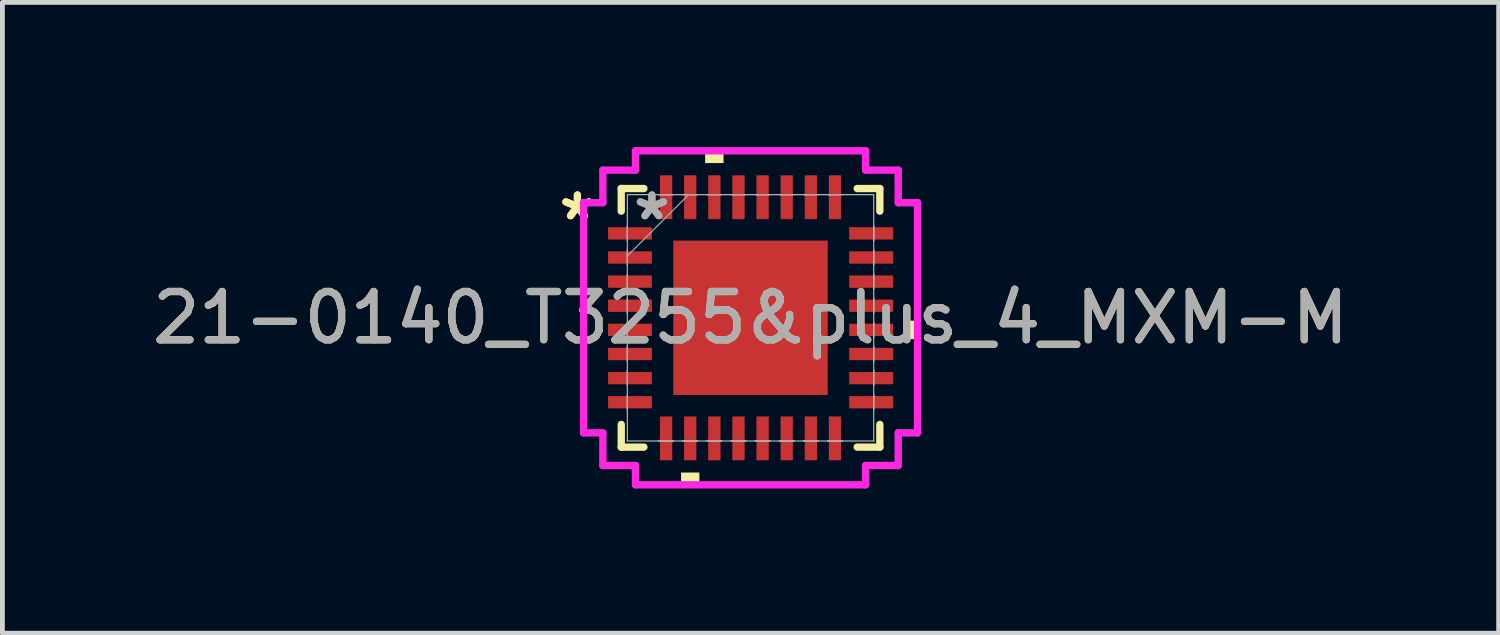
<source format=kicad_pcb>
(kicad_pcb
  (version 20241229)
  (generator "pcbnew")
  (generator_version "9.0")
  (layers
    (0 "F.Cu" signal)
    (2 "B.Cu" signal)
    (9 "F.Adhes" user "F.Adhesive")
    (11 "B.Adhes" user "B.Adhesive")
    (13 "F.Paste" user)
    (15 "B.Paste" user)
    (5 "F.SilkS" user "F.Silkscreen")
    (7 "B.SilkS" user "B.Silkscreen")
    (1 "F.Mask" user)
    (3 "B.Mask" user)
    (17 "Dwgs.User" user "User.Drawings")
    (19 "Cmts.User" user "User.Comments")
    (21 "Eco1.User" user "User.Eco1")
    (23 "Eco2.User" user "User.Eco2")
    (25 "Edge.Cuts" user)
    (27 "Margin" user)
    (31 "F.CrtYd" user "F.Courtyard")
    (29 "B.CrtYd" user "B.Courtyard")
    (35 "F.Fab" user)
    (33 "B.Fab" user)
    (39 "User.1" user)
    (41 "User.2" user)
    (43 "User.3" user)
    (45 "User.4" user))
  (footprint "21-0140_T3255&plus_4_MXM-M"
    (layer "F.Cu")
    (at 12.506 3.537)
    (property "Reference" "21-0140_T3255&plus_4_MXM-M" (at 0 0 0) (unlocked yes) (layer "F.SilkS") (effects (font (size 1 1) (thickness 0.15))))
    (attr smd)
    (fp_line (start -2.68 -2.68) (end -2.68 -2.21) (stroke (width 0.152) (type solid)) (layer "F.SilkS"))
    (fp_line (start -2.68 2.21) (end -2.68 2.68) (stroke (width 0.152) (type solid)) (layer "F.SilkS"))
    (fp_line (start -2.68 2.68) (end -2.21 2.68) (stroke (width 0.152) (type solid)) (layer "F.SilkS"))
    (fp_line (start -2.21 -2.68) (end -2.68 -2.68) (stroke (width 0.152) (type solid)) (layer "F.SilkS"))
    (fp_line (start 2.21 2.68) (end 2.68 2.68) (stroke (width 0.152) (type solid)) (layer "F.SilkS"))
    (fp_line (start 2.68 -2.68) (end 2.21 -2.68) (stroke (width 0.152) (type solid)) (layer "F.SilkS"))
    (fp_line (start 2.68 -2.21) (end 2.68 -2.68) (stroke (width 0.152) (type solid)) (layer "F.SilkS"))
    (fp_line (start 2.68 2.68) (end 2.68 2.21) (stroke (width 0.152) (type solid)) (layer "F.SilkS"))
    (fp_poly (pts (xy -1.44 3.207) (xy -1.44 3.461) (xy -1.06 3.461) (xy -1.06 3.207)) (stroke (width 0) (type solid)) (fill yes) (layer "F.SilkS"))
    (fp_poly (pts (xy -0.941 -3.207) (xy -0.941 -3.461) (xy -0.56 -3.461) (xy -0.56 -3.207)) (stroke (width 0) (type solid)) (fill yes) (layer "F.SilkS"))
    (fp_poly (pts (xy 3.461 0.059) (xy 3.461 0.441) (xy 3.207 0.441) (xy 3.207 0.059)) (stroke (width 0) (type solid)) (fill yes) (layer "F.SilkS"))
    (fp_poly (pts (xy -1.5 -1.5) (xy -1.5 -0.1) (xy -0.1 -0.1) (xy -0.1 -1.5)) (stroke (width 0) (type solid)) (fill yes) (layer "F.Paste"))
    (fp_poly (pts (xy -1.5 0.1) (xy -1.5 1.5) (xy -0.1 1.5) (xy -0.1 0.1)) (stroke (width 0) (type solid)) (fill yes) (layer "F.Paste"))
    (fp_poly (pts (xy 0.1 -1.5) (xy 0.1 -0.1) (xy 1.5 -0.1) (xy 1.5 -1.5)) (stroke (width 0) (type solid)) (fill yes) (layer "F.Paste"))
    (fp_poly (pts (xy 0.1 0.1) (xy 0.1 1.5) (xy 1.5 1.5) (xy 1.5 0.1)) (stroke (width 0) (type solid)) (fill yes) (layer "F.Paste"))
    (fp_line (start -3.461 -2.385) (end -3.061 -2.385) (stroke (width 0.152) (type solid)) (layer "F.CrtYd"))
    (fp_line (start -3.461 2.385) (end -3.461 -2.385) (stroke (width 0.152) (type solid)) (layer "F.CrtYd"))
    (fp_line (start -3.061 -3.061) (end -2.385 -3.061) (stroke (width 0.152) (type solid)) (layer "F.CrtYd"))
    (fp_line (start -3.061 -2.385) (end -3.061 -3.061) (stroke (width 0.152) (type solid)) (layer "F.CrtYd"))
    (fp_line (start -3.061 2.385) (end -3.461 2.385) (stroke (width 0.152) (type solid)) (layer "F.CrtYd"))
    (fp_line (start -3.061 3.061) (end -3.061 2.385) (stroke (width 0.152) (type solid)) (layer "F.CrtYd"))
    (fp_line (start -2.385 -3.461) (end 2.385 -3.461) (stroke (width 0.152) (type solid)) (layer "F.CrtYd"))
    (fp_line (start -2.385 -3.061) (end -2.385 -3.461) (stroke (width 0.152) (type solid)) (layer "F.CrtYd"))
    (fp_line (start -2.385 3.061) (end -3.061 3.061) (stroke (width 0.152) (type solid)) (layer "F.CrtYd"))
    (fp_line (start -2.385 3.461) (end -2.385 3.061) (stroke (width 0.152) (type solid)) (layer "F.CrtYd"))
    (fp_line (start 2.385 -3.461) (end 2.385 -3.061) (stroke (width 0.152) (type solid)) (layer "F.CrtYd"))
    (fp_line (start 2.385 -3.061) (end 3.061 -3.061) (stroke (width 0.152) (type solid)) (layer "F.CrtYd"))
    (fp_line (start 2.385 3.061) (end 2.385 3.461) (stroke (width 0.152) (type solid)) (layer "F.CrtYd"))
    (fp_line (start 2.385 3.461) (end -2.385 3.461) (stroke (width 0.152) (type solid)) (layer "F.CrtYd"))
    (fp_line (start 3.061 -3.061) (end 3.061 -2.385) (stroke (width 0.152) (type solid)) (layer "F.CrtYd"))
    (fp_line (start 3.061 -2.385) (end 3.461 -2.385) (stroke (width 0.152) (type solid)) (layer "F.CrtYd"))
    (fp_line (start 3.061 2.385) (end 3.061 3.061) (stroke (width 0.152) (type solid)) (layer "F.CrtYd"))
    (fp_line (start 3.061 3.061) (end 2.385 3.061) (stroke (width 0.152) (type solid)) (layer "F.CrtYd"))
    (fp_line (start 3.461 -2.385) (end 3.461 2.385) (stroke (width 0.152) (type solid)) (layer "F.CrtYd"))
    (fp_line (start 3.461 2.385) (end 3.061 2.385) (stroke (width 0.152) (type solid)) (layer "F.CrtYd"))
    (fp_line (start -2.553 -2.553) (end -2.553 -2.553) (stroke (width 0.025) (type solid)) (layer "F.Fab"))
    (fp_line (start -2.553 -2.553) (end -2.553 2.553) (stroke (width 0.025) (type solid)) (layer "F.Fab"))
    (fp_line (start -2.553 -1.902) (end -2.553 -1.902) (stroke (width 0.025) (type solid)) (layer "F.Fab"))
    (fp_line (start -2.553 -1.902) (end -2.553 -1.598) (stroke (width 0.025) (type solid)) (layer "F.Fab"))
    (fp_line (start -2.553 -1.598) (end -2.553 -1.902) (stroke (width 0.025) (type solid)) (layer "F.Fab"))
    (fp_line (start -2.553 -1.598) (end -2.553 -1.598) (stroke (width 0.025) (type solid)) (layer "F.Fab"))
    (fp_line (start -2.553 -1.402) (end -2.553 -1.402) (stroke (width 0.025) (type solid)) (layer "F.Fab"))
    (fp_line (start -2.553 -1.402) (end -2.553 -1.098) (stroke (width 0.025) (type solid)) (layer "F.Fab"))
    (fp_line (start -2.553 -1.283) (end -1.283 -2.553) (stroke (width 0.025) (type solid)) (layer "F.Fab"))
    (fp_line (start -2.553 -1.098) (end -2.553 -1.402) (stroke (width 0.025) (type solid)) (layer "F.Fab"))
    (fp_line (start -2.553 -1.098) (end -2.553 -1.098) (stroke (width 0.025) (type solid)) (layer "F.Fab"))
    (fp_line (start -2.553 -0.902) (end -2.553 -0.902) (stroke (width 0.025) (type solid)) (layer "F.Fab"))
    (fp_line (start -2.553 -0.902) (end -2.553 -0.598) (stroke (width 0.025) (type solid)) (layer "F.Fab"))
    (fp_line (start -2.553 -0.598) (end -2.553 -0.902) (stroke (width 0.025) (type solid)) (layer "F.Fab"))
    (fp_line (start -2.553 -0.598) (end -2.553 -0.598) (stroke (width 0.025) (type solid)) (layer "F.Fab"))
    (fp_line (start -2.553 -0.402) (end -2.553 -0.402) (stroke (width 0.025) (type solid)) (layer "F.Fab"))
    (fp_line (start -2.553 -0.402) (end -2.553 -0.098) (stroke (width 0.025) (type solid)) (layer "F.Fab"))
    (fp_line (start -2.553 -0.098) (end -2.553 -0.402) (stroke (width 0.025) (type solid)) (layer "F.Fab"))
    (fp_line (start -2.553 -0.098) (end -2.553 -0.098) (stroke (width 0.025) (type solid)) (layer "F.Fab"))
    (fp_line (start -2.553 0.098) (end -2.553 0.098) (stroke (width 0.025) (type solid)) (layer "F.Fab"))
    (fp_line (start -2.553 0.098) (end -2.553 0.402) (stroke (width 0.025) (type solid)) (layer "F.Fab"))
    (fp_line (start -2.553 0.402) (end -2.553 0.098) (stroke (width 0.025) (type solid)) (layer "F.Fab"))
    (fp_line (start -2.553 0.402) (end -2.553 0.402) (stroke (width 0.025) (type solid)) (layer "F.Fab"))
    (fp_line (start -2.553 0.598) (end -2.553 0.598) (stroke (width 0.025) (type solid)) (layer "F.Fab"))
    (fp_line (start -2.553 0.598) (end -2.553 0.902) (stroke (width 0.025) (type solid)) (layer "F.Fab"))
    (fp_line (start -2.553 0.902) (end -2.553 0.598) (stroke (width 0.025) (type solid)) (layer "F.Fab"))
    (fp_line (start -2.553 0.902) (end -2.553 0.902) (stroke (width 0.025) (type solid)) (layer "F.Fab"))
    (fp_line (start -2.553 1.098) (end -2.553 1.098) (stroke (width 0.025) (type solid)) (layer "F.Fab"))
    (fp_line (start -2.553 1.098) (end -2.553 1.402) (stroke (width 0.025) (type solid)) (layer "F.Fab"))
    (fp_line (start -2.553 1.402) (end -2.553 1.098) (stroke (width 0.025) (type solid)) (layer "F.Fab"))
    (fp_line (start -2.553 1.402) (end -2.553 1.402) (stroke (width 0.025) (type solid)) (layer "F.Fab"))
    (fp_line (start -2.553 1.598) (end -2.553 1.598) (stroke (width 0.025) (type solid)) (layer "F.Fab"))
    (fp_line (start -2.553 1.598) (end -2.553 1.902) (stroke (width 0.025) (type solid)) (layer "F.Fab"))
    (fp_line (start -2.553 1.902) (end -2.553 1.598) (stroke (width 0.025) (type solid)) (layer "F.Fab"))
    (fp_line (start -2.553 1.902) (end -2.553 1.902) (stroke (width 0.025) (type solid)) (layer "F.Fab"))
    (fp_line (start -2.553 2.553) (end -2.553 2.553) (stroke (width 0.025) (type solid)) (layer "F.Fab"))
    (fp_line (start -2.553 2.553) (end 2.553 2.553) (stroke (width 0.025) (type solid)) (layer "F.Fab"))
    (fp_line (start -1.902 -2.553) (end -1.902 -2.553) (stroke (width 0.025) (type solid)) (layer "F.Fab"))
    (fp_line (start -1.902 -2.553) (end -1.598 -2.553) (stroke (width 0.025) (type solid)) (layer "F.Fab"))
    (fp_line (start -1.902 2.553) (end -1.902 2.553) (stroke (width 0.025) (type solid)) (layer "F.Fab"))
    (fp_line (start -1.902 2.553) (end -1.598 2.553) (stroke (width 0.025) (type solid)) (layer "F.Fab"))
    (fp_line (start -1.598 -2.553) (end -1.902 -2.553) (stroke (width 0.025) (type solid)) (layer "F.Fab"))
    (fp_line (start -1.598 -2.553) (end -1.598 -2.553) (stroke (width 0.025) (type solid)) (layer "F.Fab"))
    (fp_line (start -1.598 2.553) (end -1.902 2.553) (stroke (width 0.025) (type solid)) (layer "F.Fab"))
    (fp_line (start -1.598 2.553) (end -1.598 2.553) (stroke (width 0.025) (type solid)) (layer "F.Fab"))
    (fp_line (start -1.402 -2.553) (end -1.402 -2.553) (stroke (width 0.025) (type solid)) (layer "F.Fab"))
    (fp_line (start -1.402 -2.553) (end -1.098 -2.553) (stroke (width 0.025) (type solid)) (layer "F.Fab"))
    (fp_line (start -1.402 2.553) (end -1.402 2.553) (stroke (width 0.025) (type solid)) (layer "F.Fab"))
    (fp_line (start -1.402 2.553) (end -1.098 2.553) (stroke (width 0.025) (type solid)) (layer "F.Fab"))
    (fp_line (start -1.098 -2.553) (end -1.402 -2.553) (stroke (width 0.025) (type solid)) (layer "F.Fab"))
    (fp_line (start -1.098 -2.553) (end -1.098 -2.553) (stroke (width 0.025) (type solid)) (layer "F.Fab"))
    (fp_line (start -1.098 2.553) (end -1.402 2.553) (stroke (width 0.025) (type solid)) (layer "F.Fab"))
    (fp_line (start -1.098 2.553) (end -1.098 2.553) (stroke (width 0.025) (type solid)) (layer "F.Fab"))
    (fp_line (start -0.902 -2.553) (end -0.902 -2.553) (stroke (width 0.025) (type solid)) (layer "F.Fab"))
    (fp_line (start -0.902 -2.553) (end -0.598 -2.553) (stroke (width 0.025) (type solid)) (layer "F.Fab"))
    (fp_line (start -0.902 2.553) (end -0.902 2.553) (stroke (width 0.025) (type solid)) (layer "F.Fab"))
    (fp_line (start -0.902 2.553) (end -0.598 2.553) (stroke (width 0.025) (type solid)) (layer "F.Fab"))
    (fp_line (start -0.598 -2.553) (end -0.902 -2.553) (stroke (width 0.025) (type solid)) (layer "F.Fab"))
    (fp_line (start -0.598 -2.553) (end -0.598 -2.553) (stroke (width 0.025) (type solid)) (layer "F.Fab"))
    (fp_line (start -0.598 2.553) (end -0.902 2.553) (stroke (width 0.025) (type solid)) (layer "F.Fab"))
    (fp_line (start -0.598 2.553) (end -0.598 2.553) (stroke (width 0.025) (type solid)) (layer "F.Fab"))
    (fp_line (start -0.402 -2.553) (end -0.402 -2.553) (stroke (width 0.025) (type solid)) (layer "F.Fab"))
    (fp_line (start -0.402 -2.553) (end -0.098 -2.553) (stroke (width 0.025) (type solid)) (layer "F.Fab"))
    (fp_line (start -0.402 2.553) (end -0.402 2.553) (stroke (width 0.025) (type solid)) (layer "F.Fab"))
    (fp_line (start -0.402 2.553) (end -0.098 2.553) (stroke (width 0.025) (type solid)) (layer "F.Fab"))
    (fp_line (start -0.098 -2.553) (end -0.402 -2.553) (stroke (width 0.025) (type solid)) (layer "F.Fab"))
    (fp_line (start -0.098 -2.553) (end -0.098 -2.553) (stroke (width 0.025) (type solid)) (layer "F.Fab"))
    (fp_line (start -0.098 2.553) (end -0.402 2.553) (stroke (width 0.025) (type solid)) (layer "F.Fab"))
    (fp_line (start -0.098 2.553) (end -0.098 2.553) (stroke (width 0.025) (type solid)) (layer "F.Fab"))
    (fp_line (start 0.098 -2.553) (end 0.098 -2.553) (stroke (width 0.025) (type solid)) (layer "F.Fab"))
    (fp_line (start 0.098 -2.553) (end 0.402 -2.553) (stroke (width 0.025) (type solid)) (layer "F.Fab"))
    (fp_line (start 0.098 2.553) (end 0.098 2.553) (stroke (width 0.025) (type solid)) (layer "F.Fab"))
    (fp_line (start 0.098 2.553) (end 0.402 2.553) (stroke (width 0.025) (type solid)) (layer "F.Fab"))
    (fp_line (start 0.402 -2.553) (end 0.098 -2.553) (stroke (width 0.025) (type solid)) (layer "F.Fab"))
    (fp_line (start 0.402 -2.553) (end 0.402 -2.553) (stroke (width 0.025) (type solid)) (layer "F.Fab"))
    (fp_line (start 0.402 2.553) (end 0.098 2.553) (stroke (width 0.025) (type solid)) (layer "F.Fab"))
    (fp_line (start 0.402 2.553) (end 0.402 2.553) (stroke (width 0.025) (type solid)) (layer "F.Fab"))
    (fp_line (start 0.598 -2.553) (end 0.598 -2.553) (stroke (width 0.025) (type solid)) (layer "F.Fab"))
    (fp_line (start 0.598 -2.553) (end 0.902 -2.553) (stroke (width 0.025) (type solid)) (layer "F.Fab"))
    (fp_line (start 0.598 2.553) (end 0.598 2.553) (stroke (width 0.025) (type solid)) (layer "F.Fab"))
    (fp_line (start 0.598 2.553) (end 0.902 2.553) (stroke (width 0.025) (type solid)) (layer "F.Fab"))
    (fp_line (start 0.902 -2.553) (end 0.598 -2.553) (stroke (width 0.025) (type solid)) (layer "F.Fab"))
    (fp_line (start 0.902 -2.553) (end 0.902 -2.553) (stroke (width 0.025) (type solid)) (layer "F.Fab"))
    (fp_line (start 0.902 2.553) (end 0.598 2.553) (stroke (width 0.025) (type solid)) (layer "F.Fab"))
    (fp_line (start 0.902 2.553) (end 0.902 2.553) (stroke (width 0.025) (type solid)) (layer "F.Fab"))
    (fp_line (start 1.098 -2.553) (end 1.098 -2.553) (stroke (width 0.025) (type solid)) (layer "F.Fab"))
    (fp_line (start 1.098 -2.553) (end 1.402 -2.553) (stroke (width 0.025) (type solid)) (layer "F.Fab"))
    (fp_line (start 1.098 2.553) (end 1.098 2.553) (stroke (width 0.025) (type solid)) (layer "F.Fab"))
    (fp_line (start 1.098 2.553) (end 1.402 2.553) (stroke (width 0.025) (type solid)) (layer "F.Fab"))
    (fp_line (start 1.402 -2.553) (end 1.098 -2.553) (stroke (width 0.025) (type solid)) (layer "F.Fab"))
    (fp_line (start 1.402 -2.553) (end 1.402 -2.553) (stroke (width 0.025) (type solid)) (layer "F.Fab"))
    (fp_line (start 1.402 2.553) (end 1.098 2.553) (stroke (width 0.025) (type solid)) (layer "F.Fab"))
    (fp_line (start 1.402 2.553) (end 1.402 2.553) (stroke (width 0.025) (type solid)) (layer "F.Fab"))
    (fp_line (start 1.598 -2.553) (end 1.598 -2.553) (stroke (width 0.025) (type solid)) (layer "F.Fab"))
    (fp_line (start 1.598 -2.553) (end 1.902 -2.553) (stroke (width 0.025) (type solid)) (layer "F.Fab"))
    (fp_line (start 1.598 2.553) (end 1.598 2.553) (stroke (width 0.025) (type solid)) (layer "F.Fab"))
    (fp_line (start 1.598 2.553) (end 1.902 2.553) (stroke (width 0.025) (type solid)) (layer "F.Fab"))
    (fp_line (start 1.902 -2.553) (end 1.598 -2.553) (stroke (width 0.025) (type solid)) (layer "F.Fab"))
    (fp_line (start 1.902 -2.553) (end 1.902 -2.553) (stroke (width 0.025) (type solid)) (layer "F.Fab"))
    (fp_line (start 1.902 2.553) (end 1.598 2.553) (stroke (width 0.025) (type solid)) (layer "F.Fab"))
    (fp_line (start 1.902 2.553) (end 1.902 2.553) (stroke (width 0.025) (type solid)) (layer "F.Fab"))
    (fp_line (start 2.553 -2.553) (end -2.553 -2.553) (stroke (width 0.025) (type solid)) (layer "F.Fab"))
    (fp_line (start 2.553 -2.553) (end 2.553 -2.553) (stroke (width 0.025) (type solid)) (layer "F.Fab"))
    (fp_line (start 2.553 -1.902) (end 2.553 -1.902) (stroke (width 0.025) (type solid)) (layer "F.Fab"))
    (fp_line (start 2.553 -1.902) (end 2.553 -1.598) (stroke (width 0.025) (type solid)) (layer "F.Fab"))
    (fp_line (start 2.553 -1.598) (end 2.553 -1.902) (stroke (width 0.025) (type solid)) (layer "F.Fab"))
    (fp_line (start 2.553 -1.598) (end 2.553 -1.598) (stroke (width 0.025) (type solid)) (layer "F.Fab"))
    (fp_line (start 2.553 -1.402) (end 2.553 -1.402) (stroke (width 0.025) (type solid)) (layer "F.Fab"))
    (fp_line (start 2.553 -1.402) (end 2.553 -1.098) (stroke (width 0.025) (type solid)) (layer "F.Fab"))
    (fp_line (start 2.553 -1.098) (end 2.553 -1.402) (stroke (width 0.025) (type solid)) (layer "F.Fab"))
    (fp_line (start 2.553 -1.098) (end 2.553 -1.098) (stroke (width 0.025) (type solid)) (layer "F.Fab"))
    (fp_line (start 2.553 -0.902) (end 2.553 -0.902) (stroke (width 0.025) (type solid)) (layer "F.Fab"))
    (fp_line (start 2.553 -0.902) (end 2.553 -0.598) (stroke (width 0.025) (type solid)) (layer "F.Fab"))
    (fp_line (start 2.553 -0.598) (end 2.553 -0.902) (stroke (width 0.025) (type solid)) (layer "F.Fab"))
    (fp_line (start 2.553 -0.598) (end 2.553 -0.598) (stroke (width 0.025) (type solid)) (layer "F.Fab"))
    (fp_line (start 2.553 -0.402) (end 2.553 -0.402) (stroke (width 0.025) (type solid)) (layer "F.Fab"))
    (fp_line (start 2.553 -0.402) (end 2.553 -0.098) (stroke (width 0.025) (type solid)) (layer "F.Fab"))
    (fp_line (start 2.553 -0.098) (end 2.553 -0.402) (stroke (width 0.025) (type solid)) (layer "F.Fab"))
    (fp_line (start 2.553 -0.098) (end 2.553 -0.098) (stroke (width 0.025) (type solid)) (layer "F.Fab"))
    (fp_line (start 2.553 0.098) (end 2.553 0.098) (stroke (width 0.025) (type solid)) (layer "F.Fab"))
    (fp_line (start 2.553 0.098) (end 2.553 0.402) (stroke (width 0.025) (type solid)) (layer "F.Fab"))
    (fp_line (start 2.553 0.402) (end 2.553 0.098) (stroke (width 0.025) (type solid)) (layer "F.Fab"))
    (fp_line (start 2.553 0.402) (end 2.553 0.402) (stroke (width 0.025) (type solid)) (layer "F.Fab"))
    (fp_line (start 2.553 0.598) (end 2.553 0.598) (stroke (width 0.025) (type solid)) (layer "F.Fab"))
    (fp_line (start 2.553 0.598) (end 2.553 0.902) (stroke (width 0.025) (type solid)) (layer "F.Fab"))
    (fp_line (start 2.553 0.902) (end 2.553 0.598) (stroke (width 0.025) (type solid)) (layer "F.Fab"))
    (fp_line (start 2.553 0.902) (end 2.553 0.902) (stroke (width 0.025) (type solid)) (layer "F.Fab"))
    (fp_line (start 2.553 1.098) (end 2.553 1.098) (stroke (width 0.025) (type solid)) (layer "F.Fab"))
    (fp_line (start 2.553 1.098) (end 2.553 1.402) (stroke (width 0.025) (type solid)) (layer "F.Fab"))
    (fp_line (start 2.553 1.402) (end 2.553 1.098) (stroke (width 0.025) (type solid)) (layer "F.Fab"))
    (fp_line (start 2.553 1.402) (end 2.553 1.402) (stroke (width 0.025) (type solid)) (layer "F.Fab"))
    (fp_line (start 2.553 1.598) (end 2.553 1.598) (stroke (width 0.025) (type solid)) (layer "F.Fab"))
    (fp_line (start 2.553 1.598) (end 2.553 1.902) (stroke (width 0.025) (type solid)) (layer "F.Fab"))
    (fp_line (start 2.553 1.902) (end 2.553 1.598) (stroke (width 0.025) (type solid)) (layer "F.Fab"))
    (fp_line (start 2.553 1.902) (end 2.553 1.902) (stroke (width 0.025) (type solid)) (layer "F.Fab"))
    (fp_line (start 2.553 2.553) (end 2.553 -2.553) (stroke (width 0.025) (type solid)) (layer "F.Fab"))
    (fp_line (start 2.553 2.553) (end 2.553 2.553) (stroke (width 0.025) (type solid)) (layer "F.Fab"))
    (fp_text user "*" (at -3.588 -2 0) (unlocked yes) (layer "F.SilkS") (effects (font (size 1 1) (thickness 0.15))))
    (fp_text user "*" (at -3.588 -2 0) (layer "F.SilkS") (effects (font (size 1 1) (thickness 0.15))))
    (fp_text user "${REFERENCE}" (at 0 0 0) (unlocked yes) (layer "F.Fab") (effects (font (size 1 1) (thickness 0.15))))
    (fp_text user "*" (at -2.045 -2 0) (unlocked yes) (layer "F.Fab") (effects (font (size 1 1) (thickness 0.15))))
    (fp_text user "*" (at -2.045 -2 0) (layer "F.Fab") (effects (font (size 1 1) (thickness 0.15))))
    (pad "1" smd rect (at -2.499 -1.75 90) (size 0.255 0.908) (layers "F.Cu" "F.Mask" "F.Paste"))
    (pad "2" smd rect (at -2.499 -1.25 90) (size 0.255 0.908) (layers "F.Cu" "F.Mask" "F.Paste"))
    (pad "3" smd rect (at -2.499 -0.75 90) (size 0.255 0.908) (layers "F.Cu" "F.Mask" "F.Paste"))
    (pad "4" smd rect (at -2.499 -0.25 90) (size 0.255 0.908) (layers "F.Cu" "F.Mask" "F.Paste"))
    (pad "5" smd rect (at -2.499 0.25 90) (size 0.255 0.908) (layers "F.Cu" "F.Mask" "F.Paste"))
    (pad "6" smd rect (at -2.499 0.75 90) (size 0.255 0.908) (layers "F.Cu" "F.Mask" "F.Paste"))
    (pad "7" smd rect (at -2.499 1.25 90) (size 0.255 0.908) (layers "F.Cu" "F.Mask" "F.Paste"))
    (pad "8" smd rect (at -2.499 1.75 90) (size 0.255 0.908) (layers "F.Cu" "F.Mask" "F.Paste"))
    (pad "9" smd rect (at -1.75 2.499) (size 0.255 0.908) (layers "F.Cu" "F.Mask" "F.Paste"))
    (pad "10" smd rect (at -1.25 2.499) (size 0.255 0.908) (layers "F.Cu" "F.Mask" "F.Paste"))
    (pad "11" smd rect (at -0.75 2.499) (size 0.255 0.908) (layers "F.Cu" "F.Mask" "F.Paste"))
    (pad "12" smd rect (at -0.25 2.499) (size 0.255 0.908) (layers "F.Cu" "F.Mask" "F.Paste"))
    (pad "13" smd rect (at 0.25 2.499) (size 0.255 0.908) (layers "F.Cu" "F.Mask" "F.Paste"))
    (pad "14" smd rect (at 0.75 2.499) (size 0.255 0.908) (layers "F.Cu" "F.Mask" "F.Paste"))
    (pad "15" smd rect (at 1.25 2.499) (size 0.255 0.908) (layers "F.Cu" "F.Mask" "F.Paste"))
    (pad "16" smd rect (at 1.75 2.499) (size 0.255 0.908) (layers "F.Cu" "F.Mask" "F.Paste"))
    (pad "17" smd rect (at 2.499 1.75 90) (size 0.255 0.908) (layers "F.Cu" "F.Mask" "F.Paste"))
    (pad "18" smd rect (at 2.499 1.25 90) (size 0.255 0.908) (layers "F.Cu" "F.Mask" "F.Paste"))
    (pad "19" smd rect (at 2.499 0.75 90) (size 0.255 0.908) (layers "F.Cu" "F.Mask" "F.Paste"))
    (pad "20" smd rect (at 2.499 0.25 90) (size 0.255 0.908) (layers "F.Cu" "F.Mask" "F.Paste"))
    (pad "21" smd rect (at 2.499 -0.25 90) (size 0.255 0.908) (layers "F.Cu" "F.Mask" "F.Paste"))
    (pad "22" smd rect (at 2.499 -0.75 90) (size 0.255 0.908) (layers "F.Cu" "F.Mask" "F.Paste"))
    (pad "23" smd rect (at 2.499 -1.25 90) (size 0.255 0.908) (layers "F.Cu" "F.Mask" "F.Paste"))
    (pad "24" smd rect (at 2.499 -1.75 90) (size 0.255 0.908) (layers "F.Cu" "F.Mask" "F.Paste"))
    (pad "25" smd rect (at 1.75 -2.499) (size 0.255 0.908) (layers "F.Cu" "F.Mask" "F.Paste"))
    (pad "26" smd rect (at 1.25 -2.499) (size 0.255 0.908) (layers "F.Cu" "F.Mask" "F.Paste"))
    (pad "27" smd rect (at 0.75 -2.499) (size 0.255 0.908) (layers "F.Cu" "F.Mask" "F.Paste"))
    (pad "28" smd rect (at 0.25 -2.499) (size 0.255 0.908) (layers "F.Cu" "F.Mask" "F.Paste"))
    (pad "29" smd rect (at -0.25 -2.499) (size 0.255 0.908) (layers "F.Cu" "F.Mask" "F.Paste"))
    (pad "30" smd rect (at -0.75 -2.499) (size 0.255 0.908) (layers "F.Cu" "F.Mask" "F.Paste"))
    (pad "31" smd rect (at -1.25 -2.499) (size 0.255 0.908) (layers "F.Cu" "F.Mask" "F.Paste"))
    (pad "32" smd rect (at -1.75 -2.499) (size 0.255 0.908) (layers "F.Cu" "F.Mask" "F.Paste"))
    (pad "33" smd rect (at 0 0) (size 3.2 3.2) (layers "F.Cu" "F.Mask" "F.Paste")))
  (gr_rect
    (start -3 -3)
    (end 28.012 10.074)
    (stroke (width 0.1) (type default))
    (fill no)
    (layer "Edge.Cuts")))
</source>
